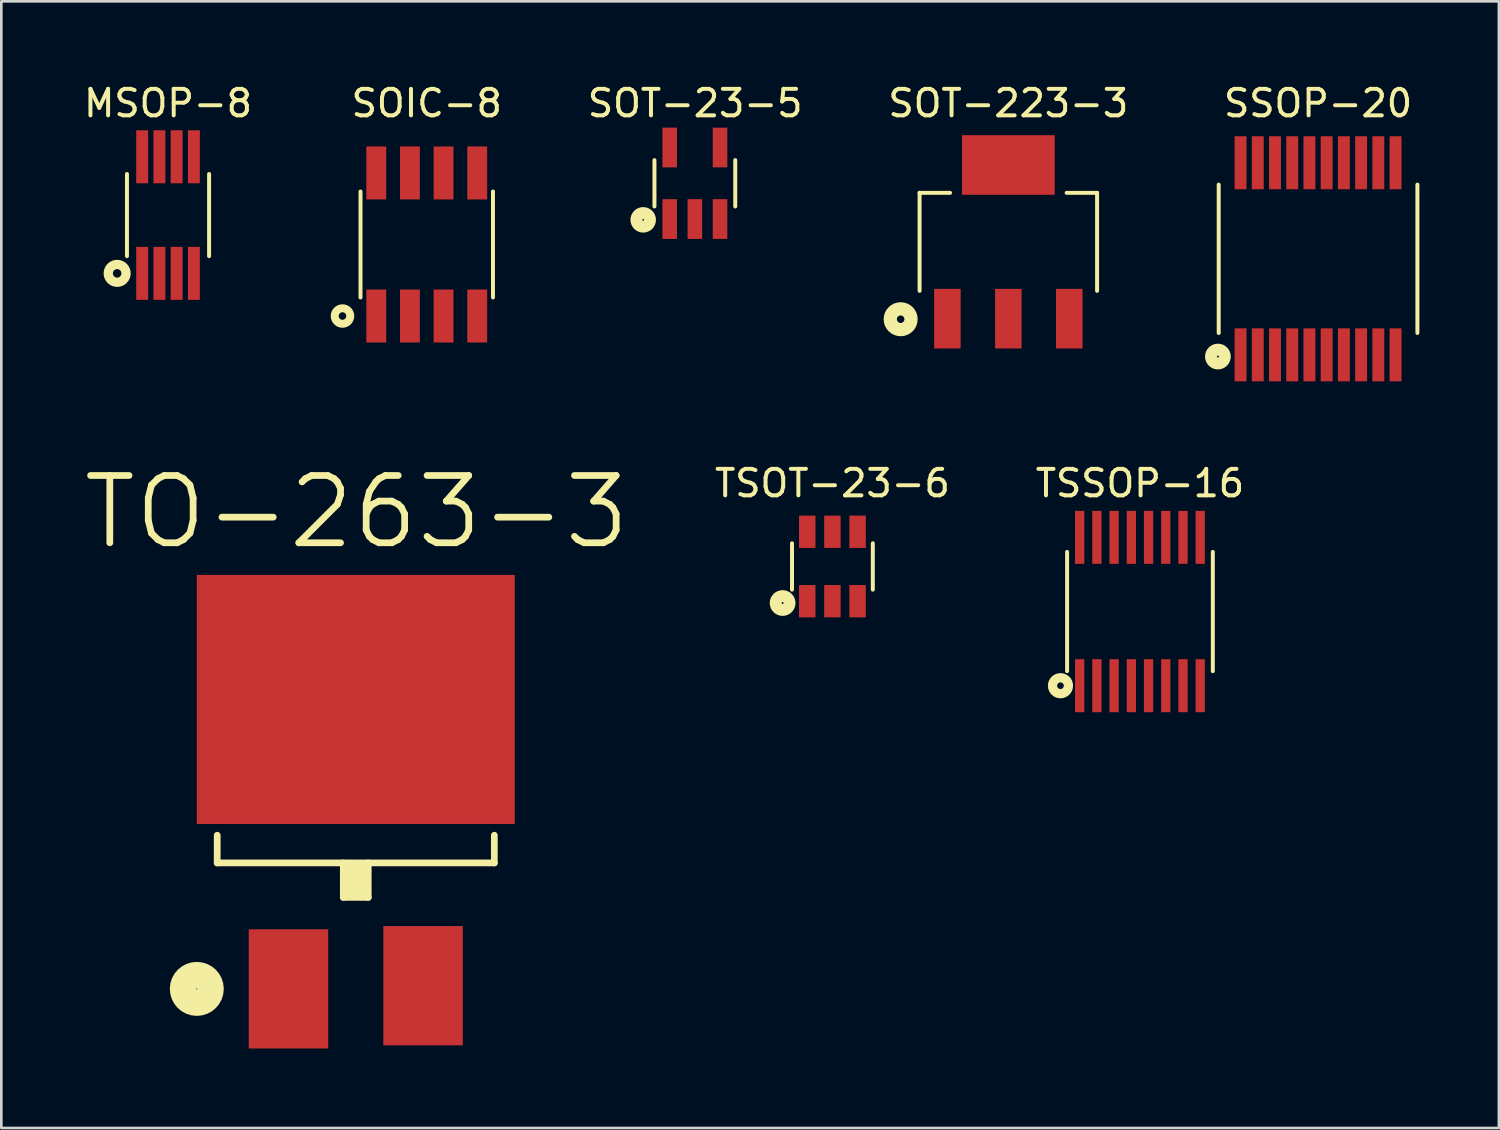
<source format=kicad_pcb>
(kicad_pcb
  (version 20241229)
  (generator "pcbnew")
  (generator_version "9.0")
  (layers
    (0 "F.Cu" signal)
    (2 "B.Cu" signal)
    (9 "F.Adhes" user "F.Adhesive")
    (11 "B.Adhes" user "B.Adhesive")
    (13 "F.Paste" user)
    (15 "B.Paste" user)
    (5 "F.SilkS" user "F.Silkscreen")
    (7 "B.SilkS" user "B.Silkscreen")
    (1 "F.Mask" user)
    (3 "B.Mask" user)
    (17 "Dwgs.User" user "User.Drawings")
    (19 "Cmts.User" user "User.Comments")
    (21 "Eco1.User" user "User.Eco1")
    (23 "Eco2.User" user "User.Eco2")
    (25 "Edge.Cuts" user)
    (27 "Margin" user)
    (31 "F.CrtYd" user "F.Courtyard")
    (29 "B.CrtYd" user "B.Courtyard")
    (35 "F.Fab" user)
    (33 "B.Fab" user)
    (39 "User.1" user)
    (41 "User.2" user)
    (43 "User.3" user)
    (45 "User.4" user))
  (footprint "SOT-223-3"
    (layer "F.Cu")
    (at 35.009 6.078)
    (property "Reference" "SOT-223-3" (at 0 -5.23 0) (layer "F.SilkS") (effects (font (size 1 1) (thickness 0.15))))
    (attr through_hole)
    (fp_line (start -3.35 -1.85) (end -3.35 1.85) (stroke (width 0.15) (type solid)) (layer "F.SilkS"))
    (fp_line (start -3.35 -1.85) (end -2.2 -1.85) (stroke (width 0.15) (type solid)) (layer "F.SilkS"))
    (fp_line (start 2.2 -1.85) (end 3.35 -1.85) (stroke (width 0.15) (type solid)) (layer "F.SilkS"))
    (fp_line (start 3.35 -1.85) (end 3.35 1.85) (stroke (width 0.15) (type solid)) (layer "F.SilkS"))
    (fp_circle (center -4.064 2.921) (end -4 2.794) (stroke (width 0.5) (type solid)) (fill no) (layer "F.SilkS"))
    (pad "1" smd rect (at -2.3 2.9) (size 1 2.25) (layers "F.Cu" "F.Mask" "F.Paste"))
    (pad "2" smd rect (at 0 2.9) (size 1 2.25) (layers "F.Cu" "F.Mask" "F.Paste"))
    (pad "3" smd rect (at 2.3 2.9) (size 1 2.25) (layers "F.Cu" "F.Mask" "F.Paste"))
    (pad "4" smd rect (at 0 -2.9) (size 3.5 2.25) (layers "F.Cu" "F.Mask" "F.Paste")))
  (footprint "TSOT-23-6"
    (layer "F.Cu")
    (at 28.369 18.331)
    (property "Reference" "TSOT-23-6" (at 0 -3.14 0) (layer "F.SilkS") (effects (font (size 1 1) (thickness 0.15))))
    (attr through_hole)
    (fp_line (start -1.525 -0.875) (end -1.525 0.875) (stroke (width 0.15) (type solid)) (layer "F.SilkS"))
    (fp_line (start 1.525 -0.875) (end 1.525 0.875) (stroke (width 0.15) (type solid)) (layer "F.SilkS"))
    (fp_circle (center -1.88 1.38) (end -1.86 1.35) (stroke (width 0.45) (type solid)) (fill no) (layer "F.SilkS"))
    (pad "1" smd rect (at -0.95 1.31) (size 0.62 1.22) (layers "F.Cu" "F.Mask" "F.Paste"))
    (pad "2" smd rect (at 0 1.31) (size 0.62 1.22) (layers "F.Cu" "F.Mask" "F.Paste"))
    (pad "3" smd rect (at 0.95 1.31) (size 0.62 1.22) (layers "F.Cu" "F.Mask" "F.Paste"))
    (pad "4" smd rect (at 0.95 -1.31) (size 0.62 1.22) (layers "F.Cu" "F.Mask" "F.Paste"))
    (pad "5" smd rect (at 0 -1.31) (size 0.62 1.22) (layers "F.Cu" "F.Mask" "F.Paste"))
    (pad "6" smd rect (at -0.95 -1.31) (size 0.62 1.22) (layers "F.Cu" "F.Mask" "F.Paste")))
  (footprint "MSOP-8"
    (layer "F.Cu")
    (at 3.292 5.068)
    (property "Reference" "MSOP-8" (at 0 -4.22 0) (layer "F.SilkS") (effects (font (size 1 1) (thickness 0.15))))
    (attr through_hole)
    (fp_line (start -1.55 1.55) (end -1.55 -1.55) (stroke (width 0.15) (type solid)) (layer "F.SilkS"))
    (fp_line (start 1.55 1.55) (end 1.55 -1.55) (stroke (width 0.15) (type solid)) (layer "F.SilkS"))
    (fp_circle (center -1.92 2.2) (end -1.78 2.28) (stroke (width 0.35) (type solid)) (fill no) (layer "F.SilkS"))
    (pad "1" smd rect (at -0.975 2.2) (size 0.45 2) (layers "F.Cu" "F.Mask" "F.Paste"))
    (pad "2" smd rect (at -0.325 2.2) (size 0.45 2) (layers "F.Cu" "F.Mask" "F.Paste"))
    (pad "3" smd rect (at 0.325 2.2) (size 0.45 2) (layers "F.Cu" "F.Mask" "F.Paste"))
    (pad "4" smd rect (at 0.975 2.2) (size 0.45 2) (layers "F.Cu" "F.Mask" "F.Paste"))
    (pad "5" smd rect (at 0.975 -2.2) (size 0.45 2) (layers "F.Cu" "F.Mask" "F.Paste"))
    (pad "6" smd rect (at 0.325 -2.2) (size 0.45 2) (layers "F.Cu" "F.Mask" "F.Paste"))
    (pad "7" smd rect (at -0.325 -2.2) (size 0.45 2) (layers "F.Cu" "F.Mask" "F.Paste"))
    (pad "8" smd rect (at -0.975 -2.2) (size 0.45 2) (layers "F.Cu" "F.Mask" "F.Paste")))
  (footprint "SOT-23-5"
    (layer "F.Cu")
    (at 23.177 3.868)
    (property "Reference" "SOT-23-5" (at 0.01 -3.02 0) (layer "F.SilkS") (effects (font (size 1 1) (thickness 0.15))))
    (attr through_hole)
    (fp_line (start -1.525 -0.875) (end -1.525 0.875) (stroke (width 0.15) (type solid)) (layer "F.SilkS"))
    (fp_line (start 1.525 -0.875) (end 1.525 0.875) (stroke (width 0.15) (type solid)) (layer "F.SilkS"))
    (fp_circle (center -1.95 1.38) (end -1.92 1.37) (stroke (width 0.45) (type solid)) (fill no) (layer "F.SilkS"))
    (pad "1" smd rect (at -0.95 1.35) (size 0.55 1.5) (layers "F.Cu" "F.Mask" "F.Paste"))
    (pad "2" smd rect (at 0 1.35) (size 0.55 1.5) (layers "F.Cu" "F.Mask" "F.Paste"))
    (pad "3" smd rect (at 0.95 1.35) (size 0.55 1.5) (layers "F.Cu" "F.Mask" "F.Paste"))
    (pad "4" smd rect (at 0.95 -1.35) (size 0.55 1.5) (layers "F.Cu" "F.Mask" "F.Paste"))
    (pad "5" smd rect (at -0.95 -1.35) (size 0.55 1.5) (layers "F.Cu" "F.Mask" "F.Paste")))
  (footprint "TSSOP-16"
    (layer "F.Cu")
    (at 39.977 20.032)
    (property "Reference" "TSSOP-16" (at 0 -4.84 0) (layer "F.SilkS") (effects (font (size 1 1) (thickness 0.15))))
    (attr through_hole)
    (fp_line (start -2.75 2.25) (end -2.75 -2.25) (stroke (width 0.15) (type solid)) (layer "F.SilkS"))
    (fp_line (start 2.75 2.25) (end 2.75 -2.25) (stroke (width 0.15) (type solid)) (layer "F.SilkS"))
    (fp_circle (center -3 2.8) (end -2.94 2.91) (stroke (width 0.35) (type solid)) (fill no) (layer "F.SilkS"))
    (pad "1" smd rect (at -2.275 2.8) (size 0.35 2) (layers "F.Cu" "F.Mask" "F.Paste"))
    (pad "2" smd rect (at -1.625 2.8) (size 0.35 2) (layers "F.Cu" "F.Mask" "F.Paste"))
    (pad "3" smd rect (at -0.975 2.8) (size 0.35 2) (layers "F.Cu" "F.Mask" "F.Paste"))
    (pad "4" smd rect (at -0.325 2.8) (size 0.35 2) (layers "F.Cu" "F.Mask" "F.Paste"))
    (pad "5" smd rect (at 0.325 2.8) (size 0.35 2) (layers "F.Cu" "F.Mask" "F.Paste"))
    (pad "6" smd rect (at 0.975 2.8) (size 0.35 2) (layers "F.Cu" "F.Mask" "F.Paste"))
    (pad "7" smd rect (at 1.625 2.8) (size 0.35 2) (layers "F.Cu" "F.Mask" "F.Paste"))
    (pad "8" smd rect (at 2.275 2.8) (size 0.35 2) (layers "F.Cu" "F.Mask" "F.Paste"))
    (pad "9" smd rect (at 2.275 -2.8) (size 0.35 2) (layers "F.Cu" "F.Mask" "F.Paste"))
    (pad "10" smd rect (at 1.625 -2.8) (size 0.35 2) (layers "F.Cu" "F.Mask" "F.Paste"))
    (pad "11" smd rect (at 0.975 -2.8) (size 0.35 2) (layers "F.Cu" "F.Mask" "F.Paste"))
    (pad "12" smd rect (at 0.325 -2.8) (size 0.35 2) (layers "F.Cu" "F.Mask" "F.Paste"))
    (pad "13" smd rect (at -0.325 -2.8) (size 0.35 2) (layers "F.Cu" "F.Mask" "F.Paste"))
    (pad "14" smd rect (at -0.975 -2.8) (size 0.35 2) (layers "F.Cu" "F.Mask" "F.Paste"))
    (pad "15" smd rect (at -1.625 -2.8) (size 0.35 2) (layers "F.Cu" "F.Mask" "F.Paste"))
    (pad "16" smd rect (at -2.275 -2.8) (size 0.35 2) (layers "F.Cu" "F.Mask" "F.Paste")))
  (footprint "TO-263-3"
    (layer "F.Cu")
    (at 10.378 34.275)
    (property "Reference" "TO-263-3" (at 0.03 -18 0) (layer "F.SilkS") (effects (font (size 2.54 2.54) (thickness 0.254))))
    (attr through_hole)
    (fp_line (start -5.23 -4.755) (end -5.23 -5.8) (stroke (width 0.254) (type solid)) (layer "F.SilkS"))
    (fp_line (start -5.23 -4.755) (end 5.23 -4.755) (stroke (width 0.254) (type solid)) (layer "F.SilkS"))
    (fp_line (start -0.47 -4.755) (end -0.47 -3.455) (stroke (width 0.254) (type solid)) (layer "F.SilkS"))
    (fp_line (start -0.47 -3.455) (end 0.47 -3.455) (stroke (width 0.254) (type solid)) (layer "F.SilkS"))
    (fp_line (start -0.37 -4.46) (end 0.3 -4.48) (stroke (width 0.254) (type solid)) (layer "F.SilkS"))
    (fp_line (start -0.37 -3.61) (end 0.37 -3.6) (stroke (width 0.254) (type solid)) (layer "F.SilkS"))
    (fp_line (start -0.35 -4.15) (end 0.37 -4.15) (stroke (width 0.254) (type solid)) (layer "F.SilkS"))
    (fp_line (start -0.34 -3.96) (end 0.36 -3.99) (stroke (width 0.254) (type solid)) (layer "F.SilkS"))
    (fp_line (start -0.33 -4.58) (end 0.33 -4.59) (stroke (width 0.254) (type solid)) (layer "F.SilkS"))
    (fp_line (start -0.33 -4.3) (end 0.36 -4.31) (stroke (width 0.254) (type solid)) (layer "F.SilkS"))
    (fp_line (start -0.33 -3.76) (end 0.36 -3.81) (stroke (width 0.254) (type solid)) (layer "F.SilkS"))
    (fp_line (start 0.3 -4.48) (end -0.33 -4.58) (stroke (width 0.254) (type solid)) (layer "F.SilkS"))
    (fp_line (start 0.36 -4.31) (end -0.37 -4.46) (stroke (width 0.254) (type solid)) (layer "F.SilkS"))
    (fp_line (start 0.36 -3.99) (end -0.35 -4.15) (stroke (width 0.254) (type solid)) (layer "F.SilkS"))
    (fp_line (start 0.36 -3.81) (end -0.34 -3.96) (stroke (width 0.254) (type solid)) (layer "F.SilkS"))
    (fp_line (start 0.37 -4.15) (end -0.33 -4.3) (stroke (width 0.254) (type solid)) (layer "F.SilkS"))
    (fp_line (start 0.37 -3.6) (end -0.33 -3.76) (stroke (width 0.254) (type solid)) (layer "F.SilkS"))
    (fp_line (start 0.47 -4.755) (end 0.47 -3.455) (stroke (width 0.254) (type solid)) (layer "F.SilkS"))
    (fp_line (start 5.23 -4.755) (end 5.23 -5.8) (stroke (width 0.254) (type solid)) (layer "F.SilkS"))
    (fp_circle (center -6 0) (end -5.67 -0.4) (stroke (width 1) (type solid)) (fill no) (layer "F.SilkS"))
    (pad "1" smd rect (at -2.54 0) (size 3 4.5) (layers "F.Cu" "F.Mask" "F.Paste"))
    (pad "2" smd rect (at 2.54 -0.12) (size 3 4.5) (layers "F.Cu" "F.Mask" "F.Paste"))
    (pad "3" smd rect (at 0 -10.925) (size 12 9.4) (layers "F.Cu" "F.Mask" "F.Paste")))
  (footprint "SSOP-20"
    (layer "F.Cu")
    (at 46.699 6.718)
    (property "Reference" "SSOP-20" (at 0 -5.87 0) (layer "F.SilkS") (effects (font (size 1 1) (thickness 0.15))))
    (attr through_hole)
    (fp_line (start -3.75 -2.8) (end -3.75 2.8) (stroke (width 0.15) (type solid)) (layer "F.SilkS"))
    (fp_line (start 3.75 -2.8) (end 3.75 2.8) (stroke (width 0.15) (type solid)) (layer "F.SilkS"))
    (fp_circle (center -3.78 3.69) (end -3.76 3.66) (stroke (width 0.45) (type solid)) (fill no) (layer "F.SilkS"))
    (pad "1" smd rect (at -2.925 3.625) (size 0.45 2) (layers "F.Cu" "F.Mask" "F.Paste"))
    (pad "2" smd rect (at -2.275 3.625) (size 0.45 2) (layers "F.Cu" "F.Mask" "F.Paste"))
    (pad "3" smd rect (at -1.625 3.625) (size 0.45 2) (layers "F.Cu" "F.Mask" "F.Paste"))
    (pad "4" smd rect (at -0.975 3.625) (size 0.45 2) (layers "F.Cu" "F.Mask" "F.Paste"))
    (pad "5" smd rect (at -0.325 3.625) (size 0.45 2) (layers "F.Cu" "F.Mask" "F.Paste"))
    (pad "6" smd rect (at 0.325 3.625) (size 0.45 2) (layers "F.Cu" "F.Mask" "F.Paste"))
    (pad "7" smd rect (at 0.975 3.625) (size 0.45 2) (layers "F.Cu" "F.Mask" "F.Paste"))
    (pad "8" smd rect (at 1.625 3.625) (size 0.45 2) (layers "F.Cu" "F.Mask" "F.Paste"))
    (pad "9" smd rect (at 2.275 3.625) (size 0.45 2) (layers "F.Cu" "F.Mask" "F.Paste"))
    (pad "10" smd rect (at 2.925 3.625) (size 0.45 2) (layers "F.Cu" "F.Mask" "F.Paste"))
    (pad "11" smd rect (at 2.925 -3.625) (size 0.45 2) (layers "F.Cu" "F.Mask" "F.Paste"))
    (pad "12" smd rect (at 2.275 -3.625) (size 0.45 2) (layers "F.Cu" "F.Mask" "F.Paste"))
    (pad "13" smd rect (at 1.625 -3.625) (size 0.45 2) (layers "F.Cu" "F.Mask" "F.Paste"))
    (pad "14" smd rect (at 0.975 -3.625) (size 0.45 2) (layers "F.Cu" "F.Mask" "F.Paste"))
    (pad "15" smd rect (at 0.325 -3.625) (size 0.45 2) (layers "F.Cu" "F.Mask" "F.Paste"))
    (pad "16" smd rect (at -0.325 -3.625) (size 0.45 2) (layers "F.Cu" "F.Mask" "F.Paste"))
    (pad "17" smd rect (at -0.975 -3.625) (size 0.45 2) (layers "F.Cu" "F.Mask" "F.Paste"))
    (pad "18" smd rect (at -1.625 -3.625) (size 0.45 2) (layers "F.Cu" "F.Mask" "F.Paste"))
    (pad "19" smd rect (at -2.275 -3.625) (size 0.45 2) (layers "F.Cu" "F.Mask" "F.Paste"))
    (pad "20" smd rect (at -2.925 -3.625) (size 0.45 2) (layers "F.Cu" "F.Mask" "F.Paste")))
  (footprint "SOIC-8"
    (layer "F.Cu")
    (at 13.057 6.178)
    (property "Reference" "SOIC-8" (at 0 -5.33 0) (layer "F.SilkS") (effects (font (size 1 1) (thickness 0.15))))
    (attr through_hole)
    (fp_line (start -2.5 2) (end -2.5 -2) (stroke (width 0.15) (type solid)) (layer "F.SilkS"))
    (fp_line (start 2.5 2) (end 2.5 -2) (stroke (width 0.15) (type solid)) (layer "F.SilkS"))
    (fp_circle (center -3.18 2.7) (end -3.04 2.73) (stroke (width 0.3) (type solid)) (fill no) (layer "F.SilkS"))
    (pad "1" smd rect (at -1.905 2.7) (size 0.75 2) (layers "F.Cu" "F.Mask" "F.Paste"))
    (pad "2" smd rect (at -0.635 2.7) (size 0.75 2) (layers "F.Cu" "F.Mask" "F.Paste"))
    (pad "3" smd rect (at 0.635 2.7) (size 0.75 2) (layers "F.Cu" "F.Mask" "F.Paste"))
    (pad "4" smd rect (at 1.905 2.7) (size 0.75 2) (layers "F.Cu" "F.Mask" "F.Paste"))
    (pad "5" smd rect (at 1.905 -2.7) (size 0.75 2) (layers "F.Cu" "F.Mask" "F.Paste"))
    (pad "6" smd rect (at 0.635 -2.7) (size 0.75 2) (layers "F.Cu" "F.Mask" "F.Paste"))
    (pad "7" smd rect (at -0.635 -2.7) (size 0.75 2) (layers "F.Cu" "F.Mask" "F.Paste"))
    (pad "8" smd rect (at -1.905 -2.7) (size 0.75 2) (layers "F.Cu" "F.Mask" "F.Paste")))
  (gr_rect
    (start -3 -3)
    (end 53.524 39.525)
    (stroke (width 0.1) (type default))
    (fill no)
    (layer "Edge.Cuts")))
</source>
